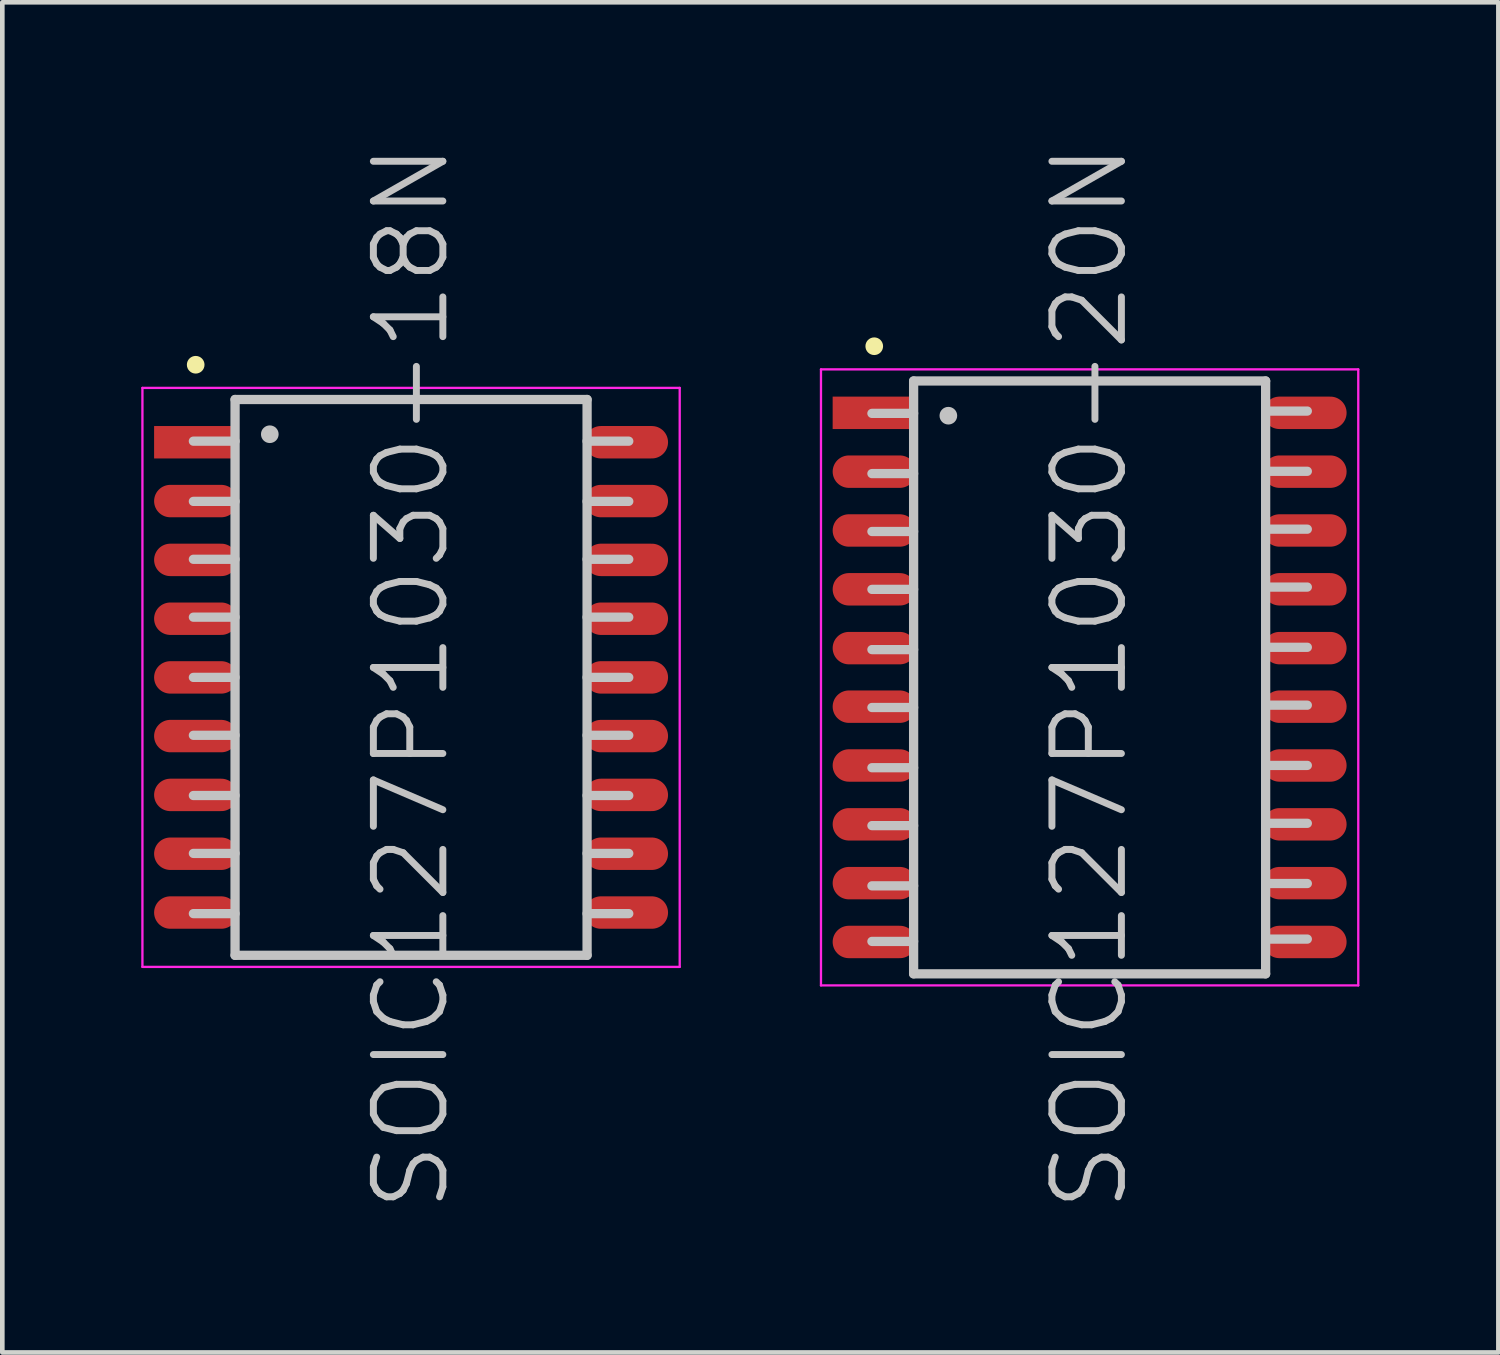
<source format=kicad_pcb>
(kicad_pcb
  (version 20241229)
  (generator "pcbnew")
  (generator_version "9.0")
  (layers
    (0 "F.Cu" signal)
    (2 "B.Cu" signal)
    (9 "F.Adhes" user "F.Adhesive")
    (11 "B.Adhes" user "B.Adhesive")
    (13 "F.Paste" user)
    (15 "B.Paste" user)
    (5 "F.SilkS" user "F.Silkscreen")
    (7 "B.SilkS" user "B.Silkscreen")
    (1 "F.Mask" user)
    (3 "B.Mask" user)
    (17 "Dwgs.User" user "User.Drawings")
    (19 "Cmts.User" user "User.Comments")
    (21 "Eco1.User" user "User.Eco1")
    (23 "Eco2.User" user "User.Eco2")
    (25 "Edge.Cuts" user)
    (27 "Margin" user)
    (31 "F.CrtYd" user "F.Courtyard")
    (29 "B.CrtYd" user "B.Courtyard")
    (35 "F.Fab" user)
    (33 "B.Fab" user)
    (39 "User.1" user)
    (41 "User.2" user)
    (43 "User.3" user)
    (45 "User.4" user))
  (footprint "SOIC127P1030-20N"
    (layer "F.Cu")
    (at 20.475 11.575)
    (property "Reference" "SOIC127P1030-20N" (at 0 0 90) (layer "Dwgs.User") (effects (font (size 1.5 1.5) (thickness 0.15))))
    (attr smd)
    (fp_line (start -4.65 -7.15) (end -4.65 -7.15) (stroke (width 0.381) (type solid)) (layer "F.SilkS"))
    (fp_line (start -3.8 -6.4) (end -3.8 6.4) (stroke (width 0.2) (type solid)) (layer "Dwgs.User"))
    (fp_line (start -3.8 -6.4) (end 3.8 -6.4) (stroke (width 0.2) (type solid)) (layer "Dwgs.User"))
    (fp_line (start -3.8 -5.7) (end -4.7 -5.7) (stroke (width 0.2) (type solid)) (layer "Dwgs.User"))
    (fp_line (start -3.8 -4.4) (end -4.7 -4.4) (stroke (width 0.2) (type solid)) (layer "Dwgs.User"))
    (fp_line (start -3.8 -3.15) (end -4.7 -3.15) (stroke (width 0.2) (type solid)) (layer "Dwgs.User"))
    (fp_line (start -3.8 -1.9) (end -4.7 -1.9) (stroke (width 0.2) (type solid)) (layer "Dwgs.User"))
    (fp_line (start -3.8 -0.6) (end -4.7 -0.6) (stroke (width 0.2) (type solid)) (layer "Dwgs.User"))
    (fp_line (start -3.8 0.65) (end -4.7 0.65) (stroke (width 0.2) (type solid)) (layer "Dwgs.User"))
    (fp_line (start -3.8 1.95) (end -4.7 1.95) (stroke (width 0.2) (type solid)) (layer "Dwgs.User"))
    (fp_line (start -3.8 3.2) (end -4.7 3.2) (stroke (width 0.2) (type solid)) (layer "Dwgs.User"))
    (fp_line (start -3.8 4.5) (end -4.7 4.5) (stroke (width 0.2) (type solid)) (layer "Dwgs.User"))
    (fp_line (start -3.8 5.7) (end -4.7 5.7) (stroke (width 0.2) (type solid)) (layer "Dwgs.User"))
    (fp_line (start -3.8 6.4) (end 3.8 6.4) (stroke (width 0.2) (type solid)) (layer "Dwgs.User"))
    (fp_line (start -3.05 -5.65) (end -3.05 -5.65) (stroke (width 0.381) (type solid)) (layer "Dwgs.User"))
    (fp_line (start 3.8 -6.4) (end 3.8 6.4) (stroke (width 0.2) (type solid)) (layer "Dwgs.User"))
    (fp_line (start 4.7 -5.75) (end 3.8 -5.75) (stroke (width 0.2) (type solid)) (layer "Dwgs.User"))
    (fp_line (start 4.7 -4.45) (end 3.8 -4.45) (stroke (width 0.2) (type solid)) (layer "Dwgs.User"))
    (fp_line (start 4.7 -3.2) (end 3.8 -3.2) (stroke (width 0.2) (type solid)) (layer "Dwgs.User"))
    (fp_line (start 4.7 -1.95) (end 3.8 -1.95) (stroke (width 0.2) (type solid)) (layer "Dwgs.User"))
    (fp_line (start 4.7 -0.65) (end 3.8 -0.65) (stroke (width 0.2) (type solid)) (layer "Dwgs.User"))
    (fp_line (start 4.7 0.6) (end 3.8 0.6) (stroke (width 0.2) (type solid)) (layer "Dwgs.User"))
    (fp_line (start 4.7 1.9) (end 3.8 1.9) (stroke (width 0.2) (type solid)) (layer "Dwgs.User"))
    (fp_line (start 4.7 3.15) (end 3.8 3.15) (stroke (width 0.2) (type solid)) (layer "Dwgs.User"))
    (fp_line (start 4.7 4.45) (end 3.8 4.45) (stroke (width 0.2) (type solid)) (layer "Dwgs.User"))
    (fp_line (start 4.7 5.65) (end 3.8 5.65) (stroke (width 0.2) (type solid)) (layer "Dwgs.User"))
    (fp_line (start -5.8 -6.65) (end -5.8 6.65) (stroke (width 0.05) (type solid)) (layer "F.CrtYd"))
    (fp_line (start -5.8 -6.65) (end 5.8 -6.65) (stroke (width 0.05) (type solid)) (layer "F.CrtYd"))
    (fp_line (start -5.8 6.65) (end 5.8 6.65) (stroke (width 0.05) (type solid)) (layer "F.CrtYd"))
    (fp_line (start 5.8 -6.65) (end 5.8 6.65) (stroke (width 0.05) (type solid)) (layer "F.CrtYd"))
    (pad "1" smd rect (at -4.648 -5.712 90) (size 0.7 1.8) (layers "F.Cu" "F.Mask" "F.Paste"))
    (pad "2" smd oval (at -4.648 -4.442 90) (size 0.7 1.8) (layers "F.Cu" "F.Mask" "F.Paste"))
    (pad "3" smd oval (at -4.648 -3.172 90) (size 0.7 1.8) (layers "F.Cu" "F.Mask" "F.Paste"))
    (pad "4" smd oval (at -4.648 -1.902 90) (size 0.7 1.8) (layers "F.Cu" "F.Mask" "F.Paste"))
    (pad "5" smd oval (at -4.648 -0.632 90) (size 0.7 1.8) (layers "F.Cu" "F.Mask" "F.Paste"))
    (pad "6" smd oval (at -4.648 0.632 90) (size 0.7 1.8) (layers "F.Cu" "F.Mask" "F.Paste"))
    (pad "7" smd oval (at -4.648 1.902 90) (size 0.7 1.8) (layers "F.Cu" "F.Mask" "F.Paste"))
    (pad "8" smd oval (at -4.648 3.172 90) (size 0.7 1.8) (layers "F.Cu" "F.Mask" "F.Paste"))
    (pad "9" smd oval (at -4.648 4.442 90) (size 0.7 1.8) (layers "F.Cu" "F.Mask" "F.Paste"))
    (pad "10" smd oval (at -4.648 5.712 90) (size 0.7 1.8) (layers "F.Cu" "F.Mask" "F.Paste"))
    (pad "11" smd oval (at 4.648 5.712 270) (size 0.7 1.8) (layers "F.Cu" "F.Mask" "F.Paste"))
    (pad "12" smd oval (at 4.648 4.442 270) (size 0.7 1.8) (layers "F.Cu" "F.Mask" "F.Paste"))
    (pad "13" smd oval (at 4.648 3.172 270) (size 0.7 1.8) (layers "F.Cu" "F.Mask" "F.Paste"))
    (pad "14" smd oval (at 4.648 1.902 270) (size 0.7 1.8) (layers "F.Cu" "F.Mask" "F.Paste"))
    (pad "15" smd oval (at 4.648 0.632 270) (size 0.7 1.8) (layers "F.Cu" "F.Mask" "F.Paste"))
    (pad "16" smd oval (at 4.648 -0.632 270) (size 0.7 1.8) (layers "F.Cu" "F.Mask" "F.Paste"))
    (pad "17" smd oval (at 4.648 -1.902 270) (size 0.7 1.8) (layers "F.Cu" "F.Mask" "F.Paste"))
    (pad "18" smd oval (at 4.648 -3.172 270) (size 0.7 1.8) (layers "F.Cu" "F.Mask" "F.Paste"))
    (pad "19" smd oval (at 4.648 -4.442 270) (size 0.7 1.8) (layers "F.Cu" "F.Mask" "F.Paste"))
    (pad "20" smd oval (at 4.648 -5.712 270) (size 0.7 1.8) (layers "F.Cu" "F.Mask" "F.Paste")))
  (footprint "SOIC127P1030-18N"
    (layer "F.Cu")
    (at 5.825 11.575)
    (property "Reference" "SOIC127P1030-18N" (at 0 0 90) (layer "Dwgs.User") (effects (font (size 1.5 1.5) (thickness 0.15))))
    (attr smd)
    (fp_line (start -4.65 -6.75) (end -4.65 -6.75) (stroke (width 0.381) (type solid)) (layer "F.SilkS"))
    (fp_line (start -3.8 -6) (end -3.8 6) (stroke (width 0.2) (type solid)) (layer "Dwgs.User"))
    (fp_line (start -3.8 -6) (end 3.8 -6) (stroke (width 0.2) (type solid)) (layer "Dwgs.User"))
    (fp_line (start -3.8 -5.1) (end -4.7 -5.1) (stroke (width 0.2) (type solid)) (layer "Dwgs.User"))
    (fp_line (start -3.8 -3.8) (end -4.7 -3.8) (stroke (width 0.2) (type solid)) (layer "Dwgs.User"))
    (fp_line (start -3.8 -2.55) (end -4.7 -2.55) (stroke (width 0.2) (type solid)) (layer "Dwgs.User"))
    (fp_line (start -3.8 -1.3) (end -4.7 -1.3) (stroke (width 0.2) (type solid)) (layer "Dwgs.User"))
    (fp_line (start -3.8 0) (end -4.7 0) (stroke (width 0.2) (type solid)) (layer "Dwgs.User"))
    (fp_line (start -3.8 1.25) (end -4.7 1.25) (stroke (width 0.2) (type solid)) (layer "Dwgs.User"))
    (fp_line (start -3.8 2.55) (end -4.7 2.55) (stroke (width 0.2) (type solid)) (layer "Dwgs.User"))
    (fp_line (start -3.8 3.8) (end -4.7 3.8) (stroke (width 0.2) (type solid)) (layer "Dwgs.User"))
    (fp_line (start -3.8 5.1) (end -4.7 5.1) (stroke (width 0.2) (type solid)) (layer "Dwgs.User"))
    (fp_line (start -3.8 6) (end 3.8 6) (stroke (width 0.2) (type solid)) (layer "Dwgs.User"))
    (fp_line (start -3.05 -5.25) (end -3.05 -5.25) (stroke (width 0.381) (type solid)) (layer "Dwgs.User"))
    (fp_line (start 3.8 -6) (end 3.8 6) (stroke (width 0.2) (type solid)) (layer "Dwgs.User"))
    (fp_line (start 4.7 -5.1) (end 3.8 -5.1) (stroke (width 0.2) (type solid)) (layer "Dwgs.User"))
    (fp_line (start 4.7 -3.8) (end 3.8 -3.8) (stroke (width 0.2) (type solid)) (layer "Dwgs.User"))
    (fp_line (start 4.7 -2.55) (end 3.8 -2.55) (stroke (width 0.2) (type solid)) (layer "Dwgs.User"))
    (fp_line (start 4.7 -1.3) (end 3.8 -1.3) (stroke (width 0.2) (type solid)) (layer "Dwgs.User"))
    (fp_line (start 4.7 0) (end 3.8 0) (stroke (width 0.2) (type solid)) (layer "Dwgs.User"))
    (fp_line (start 4.7 1.25) (end 3.8 1.25) (stroke (width 0.2) (type solid)) (layer "Dwgs.User"))
    (fp_line (start 4.7 2.55) (end 3.8 2.55) (stroke (width 0.2) (type solid)) (layer "Dwgs.User"))
    (fp_line (start 4.7 3.8) (end 3.8 3.8) (stroke (width 0.2) (type solid)) (layer "Dwgs.User"))
    (fp_line (start 4.7 5.1) (end 3.8 5.1) (stroke (width 0.2) (type solid)) (layer "Dwgs.User"))
    (fp_line (start -5.8 -6.25) (end -5.8 6.25) (stroke (width 0.05) (type solid)) (layer "F.CrtYd"))
    (fp_line (start -5.8 -6.25) (end 5.8 -6.25) (stroke (width 0.05) (type solid)) (layer "F.CrtYd"))
    (fp_line (start -5.8 6.25) (end 5.8 6.25) (stroke (width 0.05) (type solid)) (layer "F.CrtYd"))
    (fp_line (start 5.8 -6.25) (end 5.8 6.25) (stroke (width 0.05) (type solid)) (layer "F.CrtYd"))
    (pad "1" smd rect (at -4.648 -5.077 90) (size 0.7 1.8) (layers "F.Cu" "F.Mask" "F.Paste"))
    (pad "2" smd oval (at -4.648 -3.807 90) (size 0.7 1.8) (layers "F.Cu" "F.Mask" "F.Paste"))
    (pad "3" smd oval (at -4.648 -2.537 90) (size 0.7 1.8) (layers "F.Cu" "F.Mask" "F.Paste"))
    (pad "4" smd oval (at -4.648 -1.267 90) (size 0.7 1.8) (layers "F.Cu" "F.Mask" "F.Paste"))
    (pad "5" smd oval (at -4.648 0 90) (size 0.7 1.8) (layers "F.Cu" "F.Mask" "F.Paste"))
    (pad "6" smd oval (at -4.648 1.267 90) (size 0.7 1.8) (layers "F.Cu" "F.Mask" "F.Paste"))
    (pad "7" smd oval (at -4.648 2.537 90) (size 0.7 1.8) (layers "F.Cu" "F.Mask" "F.Paste"))
    (pad "8" smd oval (at -4.648 3.807 90) (size 0.7 1.8) (layers "F.Cu" "F.Mask" "F.Paste"))
    (pad "9" smd oval (at -4.648 5.077 90) (size 0.7 1.8) (layers "F.Cu" "F.Mask" "F.Paste"))
    (pad "10" smd oval (at 4.648 5.077 270) (size 0.7 1.8) (layers "F.Cu" "F.Mask" "F.Paste"))
    (pad "11" smd oval (at 4.648 3.807 270) (size 0.7 1.8) (layers "F.Cu" "F.Mask" "F.Paste"))
    (pad "12" smd oval (at 4.648 2.537 270) (size 0.7 1.8) (layers "F.Cu" "F.Mask" "F.Paste"))
    (pad "13" smd oval (at 4.648 1.267 270) (size 0.7 1.8) (layers "F.Cu" "F.Mask" "F.Paste"))
    (pad "14" smd oval (at 4.648 0 270) (size 0.7 1.8) (layers "F.Cu" "F.Mask" "F.Paste"))
    (pad "15" smd oval (at 4.648 -1.267 270) (size 0.7 1.8) (layers "F.Cu" "F.Mask" "F.Paste"))
    (pad "16" smd oval (at 4.648 -2.537 270) (size 0.7 1.8) (layers "F.Cu" "F.Mask" "F.Paste"))
    (pad "17" smd oval (at 4.648 -3.807 270) (size 0.7 1.8) (layers "F.Cu" "F.Mask" "F.Paste"))
    (pad "18" smd oval (at 4.648 -5.077 270) (size 0.7 1.8) (layers "F.Cu" "F.Mask" "F.Paste")))
  (gr_rect
    (start -3 -3)
    (end 29.3 26.15)
    (stroke (width 0.1) (type default))
    (fill no)
    (layer "Edge.Cuts")))
</source>
